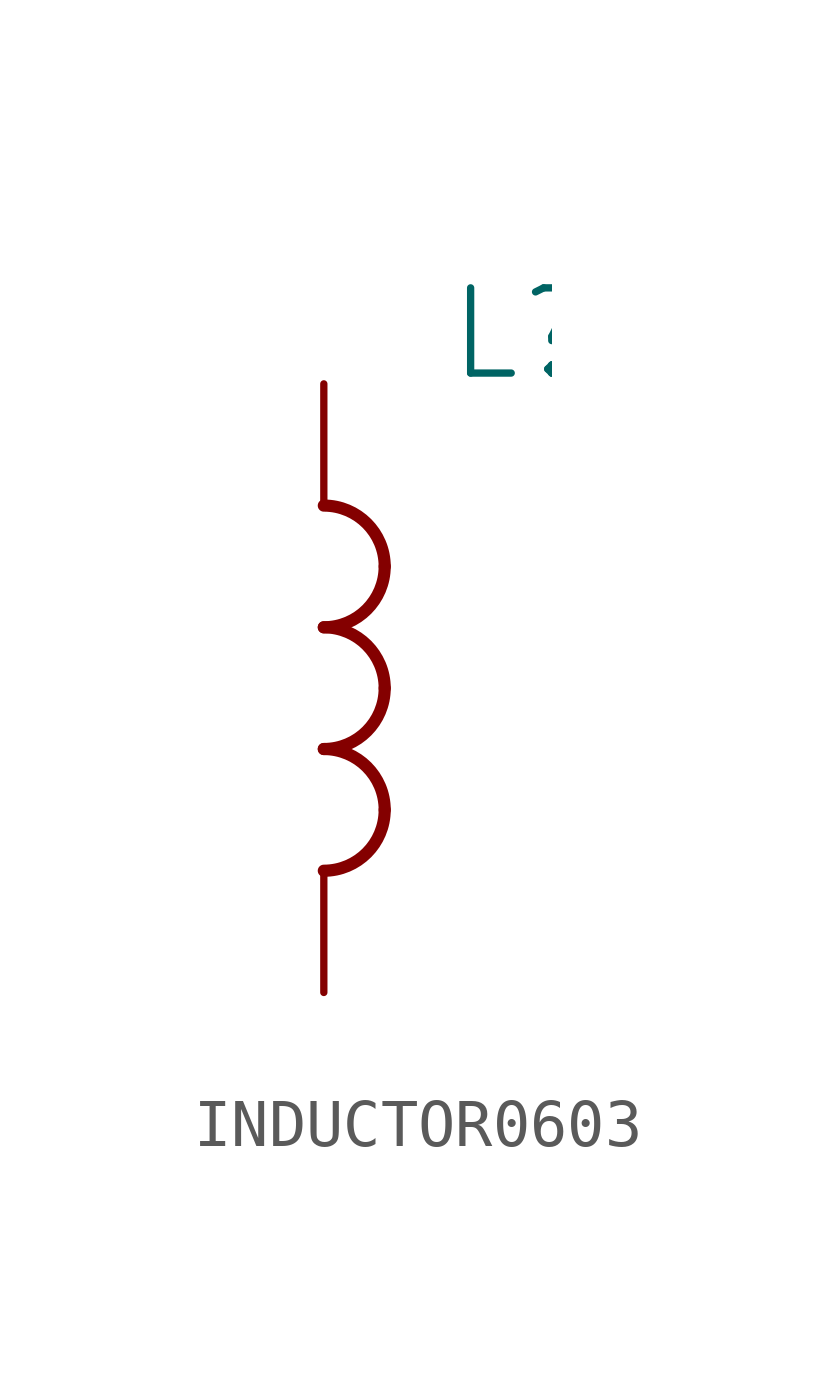
<source format=kicad_sym>
(kicad_symbol_lib
  (version 20231120)
  (generator "kicad_symbol_editor")
  (generator_version "8.0")
  (symbol "INDUCTOR0603"
    (property "Reference" "L"
      (at 2.54 5.08 0)
      (effects (font (size 1.778 1.778)) (justify left bottom)))
    (property "Value" ""
      (at 2.54 -5.08 0)
      (effects (font (size 1.778 1.778)) (justify left bottom)))
    (property "ki_locked" ""
      (at 0 0 0)
      (effects (font (size 1.27 1.27))))
    (symbol "INDUCTOR0603_1_0"
      (arc (start 0 -5.08) (mid 0.898 -4.708) (end 1.27 -3.81) (stroke (width 0.254) (type solid)) (fill (type none)))
      (arc (start 0 -2.54) (mid 0.898 -2.168) (end 1.27 -1.27) (stroke (width 0.254) (type solid)) (fill (type none)))
      (arc (start 0 0) (mid 0.898 0.372) (end 1.27 1.27) (stroke (width 0.254) (type solid)) (fill (type none)))
      (arc (start 1.27 -3.81) (mid 0.898 -2.912) (end 0 -2.54) (stroke (width 0.254) (type solid)) (fill (type none)))
      (arc (start 1.27 -1.27) (mid 0.898 -0.372) (end 0 0) (stroke (width 0.254) (type solid)) (fill (type none)))
      (arc (start 1.27 1.27) (mid 0.898 2.168) (end 0 2.54) (stroke (width 0.254) (type solid)) (fill (type none)))
      (pin passive line (at 0 5.08 270) (length 2.54) (name "1" (effects (font (size 0 0)))) (number "1" (effects (font (size 0 0)))))
      (pin passive line (at 0 -7.62 90) (length 2.54) (name "2" (effects (font (size 0 0)))) (number "2" (effects (font (size 0 0))))))))
</source>
